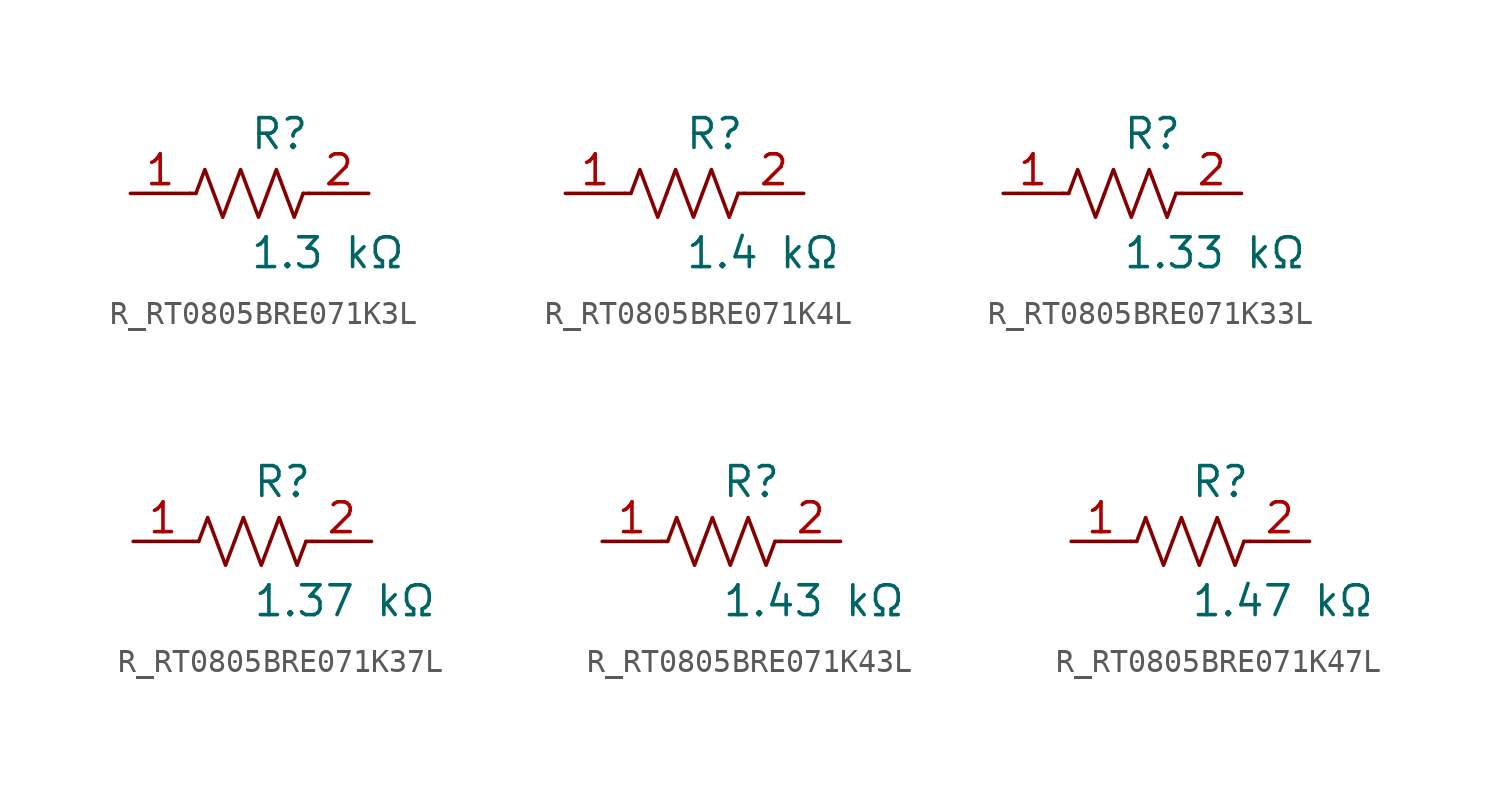
<source format=kicad_sym>
(kicad_symbol_lib
  (version 20231120)
  (generator kicad_symbol_editor)
  (generator_version 8.0)
  (symbol "R_RT0805BRE071K3L"
    (pin_names
      (offset 0.254))
    (property "Reference" "R"
      (at 0.0 2.54 0)
      (effects (font (size 1.27 1.27)) (justify left)))
    (property "Value" "1.3 kΩ"
      (at 0.0 -2.54 0)
      (effects (font (size 1.27 1.27)) (justify left)))
    (symbol "R_RT0805BRE071K3L_0_1"
      (polyline (pts (xy 2.286 0) (xy 2.54 0)) (stroke (width 0) (type default)) (fill (type none)))
      (polyline (pts (xy -2.286 0) (xy -2.54 0)) (stroke (width 0) (type default)) (fill (type none)))
      (polyline (pts (xy 0.762 0) (xy 1.143 1.016) (xy 1.524 0) (xy 1.905 -1.016) (xy 2.286 0)) (stroke (width 0) (type default)) (fill (type none)))
      (polyline (pts (xy -0.762 0) (xy -0.381 1.016) (xy 0 0) (xy 0.381 -1.016) (xy 0.762 0)) (stroke (width 0) (type default)) (fill (type none)))
      (polyline (pts (xy -2.286 0) (xy -1.905 1.016) (xy -1.524 0) (xy -1.143 -1.016) (xy -0.762 0)) (stroke (width 0) (type default)) (fill (type none))))
    (pin unspecified line
      (at -5.08 0 0)
      (length 2.54)
      (name "" (effects (font (size 1.27 1.27))))
      (number "1" (effects (font (size 1.27 1.27)))))
    (pin unspecified line
      (at 5.08 0 180)
      (length 2.54)
      (name "" (effects (font (size 1.27 1.27))))
      (number "2" (effects (font (size 1.27 1.27))))))
  (symbol "R_RT0805BRE071K4L"
    (pin_names
      (offset 0.254))
    (property "Reference" "R"
      (at 0.0 2.54 0)
      (effects (font (size 1.27 1.27)) (justify left)))
    (property "Value" "1.4 kΩ"
      (at 0.0 -2.54 0)
      (effects (font (size 1.27 1.27)) (justify left)))
    (symbol "R_RT0805BRE071K4L_0_1"
      (polyline (pts (xy 2.286 0) (xy 2.54 0)) (stroke (width 0) (type default)) (fill (type none)))
      (polyline (pts (xy -2.286 0) (xy -2.54 0)) (stroke (width 0) (type default)) (fill (type none)))
      (polyline (pts (xy 0.762 0) (xy 1.143 1.016) (xy 1.524 0) (xy 1.905 -1.016) (xy 2.286 0)) (stroke (width 0) (type default)) (fill (type none)))
      (polyline (pts (xy -0.762 0) (xy -0.381 1.016) (xy 0 0) (xy 0.381 -1.016) (xy 0.762 0)) (stroke (width 0) (type default)) (fill (type none)))
      (polyline (pts (xy -2.286 0) (xy -1.905 1.016) (xy -1.524 0) (xy -1.143 -1.016) (xy -0.762 0)) (stroke (width 0) (type default)) (fill (type none))))
    (pin unspecified line
      (at -5.08 0 0)
      (length 2.54)
      (name "" (effects (font (size 1.27 1.27))))
      (number "1" (effects (font (size 1.27 1.27)))))
    (pin unspecified line
      (at 5.08 0 180)
      (length 2.54)
      (name "" (effects (font (size 1.27 1.27))))
      (number "2" (effects (font (size 1.27 1.27))))))
  (symbol "R_RT0805BRE071K33L"
    (pin_names
      (offset 0.254))
    (property "Reference" "R"
      (at 0.0 2.54 0)
      (effects (font (size 1.27 1.27)) (justify left)))
    (property "Value" "1.33 kΩ"
      (at 0.0 -2.54 0)
      (effects (font (size 1.27 1.27)) (justify left)))
    (symbol "R_RT0805BRE071K33L_0_1"
      (polyline (pts (xy 2.286 0) (xy 2.54 0)) (stroke (width 0) (type default)) (fill (type none)))
      (polyline (pts (xy -2.286 0) (xy -2.54 0)) (stroke (width 0) (type default)) (fill (type none)))
      (polyline (pts (xy 0.762 0) (xy 1.143 1.016) (xy 1.524 0) (xy 1.905 -1.016) (xy 2.286 0)) (stroke (width 0) (type default)) (fill (type none)))
      (polyline (pts (xy -0.762 0) (xy -0.381 1.016) (xy 0 0) (xy 0.381 -1.016) (xy 0.762 0)) (stroke (width 0) (type default)) (fill (type none)))
      (polyline (pts (xy -2.286 0) (xy -1.905 1.016) (xy -1.524 0) (xy -1.143 -1.016) (xy -0.762 0)) (stroke (width 0) (type default)) (fill (type none))))
    (pin unspecified line
      (at -5.08 0 0)
      (length 2.54)
      (name "" (effects (font (size 1.27 1.27))))
      (number "1" (effects (font (size 1.27 1.27)))))
    (pin unspecified line
      (at 5.08 0 180)
      (length 2.54)
      (name "" (effects (font (size 1.27 1.27))))
      (number "2" (effects (font (size 1.27 1.27))))))
  (symbol "R_RT0805BRE071K37L"
    (pin_names
      (offset 0.254))
    (property "Reference" "R"
      (at 0.0 2.54 0)
      (effects (font (size 1.27 1.27)) (justify left)))
    (property "Value" "1.37 kΩ"
      (at 0.0 -2.54 0)
      (effects (font (size 1.27 1.27)) (justify left)))
    (symbol "R_RT0805BRE071K37L_0_1"
      (polyline (pts (xy 2.286 0) (xy 2.54 0)) (stroke (width 0) (type default)) (fill (type none)))
      (polyline (pts (xy -2.286 0) (xy -2.54 0)) (stroke (width 0) (type default)) (fill (type none)))
      (polyline (pts (xy 0.762 0) (xy 1.143 1.016) (xy 1.524 0) (xy 1.905 -1.016) (xy 2.286 0)) (stroke (width 0) (type default)) (fill (type none)))
      (polyline (pts (xy -0.762 0) (xy -0.381 1.016) (xy 0 0) (xy 0.381 -1.016) (xy 0.762 0)) (stroke (width 0) (type default)) (fill (type none)))
      (polyline (pts (xy -2.286 0) (xy -1.905 1.016) (xy -1.524 0) (xy -1.143 -1.016) (xy -0.762 0)) (stroke (width 0) (type default)) (fill (type none))))
    (pin unspecified line
      (at -5.08 0 0)
      (length 2.54)
      (name "" (effects (font (size 1.27 1.27))))
      (number "1" (effects (font (size 1.27 1.27)))))
    (pin unspecified line
      (at 5.08 0 180)
      (length 2.54)
      (name "" (effects (font (size 1.27 1.27))))
      (number "2" (effects (font (size 1.27 1.27))))))
  (symbol "R_RT0805BRE071K43L"
    (pin_names
      (offset 0.254))
    (property "Reference" "R"
      (at 0.0 2.54 0)
      (effects (font (size 1.27 1.27)) (justify left)))
    (property "Value" "1.43 kΩ"
      (at 0.0 -2.54 0)
      (effects (font (size 1.27 1.27)) (justify left)))
    (symbol "R_RT0805BRE071K43L_0_1"
      (polyline (pts (xy 2.286 0) (xy 2.54 0)) (stroke (width 0) (type default)) (fill (type none)))
      (polyline (pts (xy -2.286 0) (xy -2.54 0)) (stroke (width 0) (type default)) (fill (type none)))
      (polyline (pts (xy 0.762 0) (xy 1.143 1.016) (xy 1.524 0) (xy 1.905 -1.016) (xy 2.286 0)) (stroke (width 0) (type default)) (fill (type none)))
      (polyline (pts (xy -0.762 0) (xy -0.381 1.016) (xy 0 0) (xy 0.381 -1.016) (xy 0.762 0)) (stroke (width 0) (type default)) (fill (type none)))
      (polyline (pts (xy -2.286 0) (xy -1.905 1.016) (xy -1.524 0) (xy -1.143 -1.016) (xy -0.762 0)) (stroke (width 0) (type default)) (fill (type none))))
    (pin unspecified line
      (at -5.08 0 0)
      (length 2.54)
      (name "" (effects (font (size 1.27 1.27))))
      (number "1" (effects (font (size 1.27 1.27)))))
    (pin unspecified line
      (at 5.08 0 180)
      (length 2.54)
      (name "" (effects (font (size 1.27 1.27))))
      (number "2" (effects (font (size 1.27 1.27))))))
  (symbol "R_RT0805BRE071K47L"
    (pin_names
      (offset 0.254))
    (property "Reference" "R"
      (at 0.0 2.54 0)
      (effects (font (size 1.27 1.27)) (justify left)))
    (property "Value" "1.47 kΩ"
      (at 0.0 -2.54 0)
      (effects (font (size 1.27 1.27)) (justify left)))
    (symbol "R_RT0805BRE071K47L_0_1"
      (polyline (pts (xy 2.286 0) (xy 2.54 0)) (stroke (width 0) (type default)) (fill (type none)))
      (polyline (pts (xy -2.286 0) (xy -2.54 0)) (stroke (width 0) (type default)) (fill (type none)))
      (polyline (pts (xy 0.762 0) (xy 1.143 1.016) (xy 1.524 0) (xy 1.905 -1.016) (xy 2.286 0)) (stroke (width 0) (type default)) (fill (type none)))
      (polyline (pts (xy -0.762 0) (xy -0.381 1.016) (xy 0 0) (xy 0.381 -1.016) (xy 0.762 0)) (stroke (width 0) (type default)) (fill (type none)))
      (polyline (pts (xy -2.286 0) (xy -1.905 1.016) (xy -1.524 0) (xy -1.143 -1.016) (xy -0.762 0)) (stroke (width 0) (type default)) (fill (type none))))
    (pin unspecified line
      (at -5.08 0 0)
      (length 2.54)
      (name "" (effects (font (size 1.27 1.27))))
      (number "1" (effects (font (size 1.27 1.27)))))
    (pin unspecified line
      (at 5.08 0 180)
      (length 2.54)
      (name "" (effects (font (size 1.27 1.27))))
      (number "2" (effects (font (size 1.27 1.27)))))))
</source>
